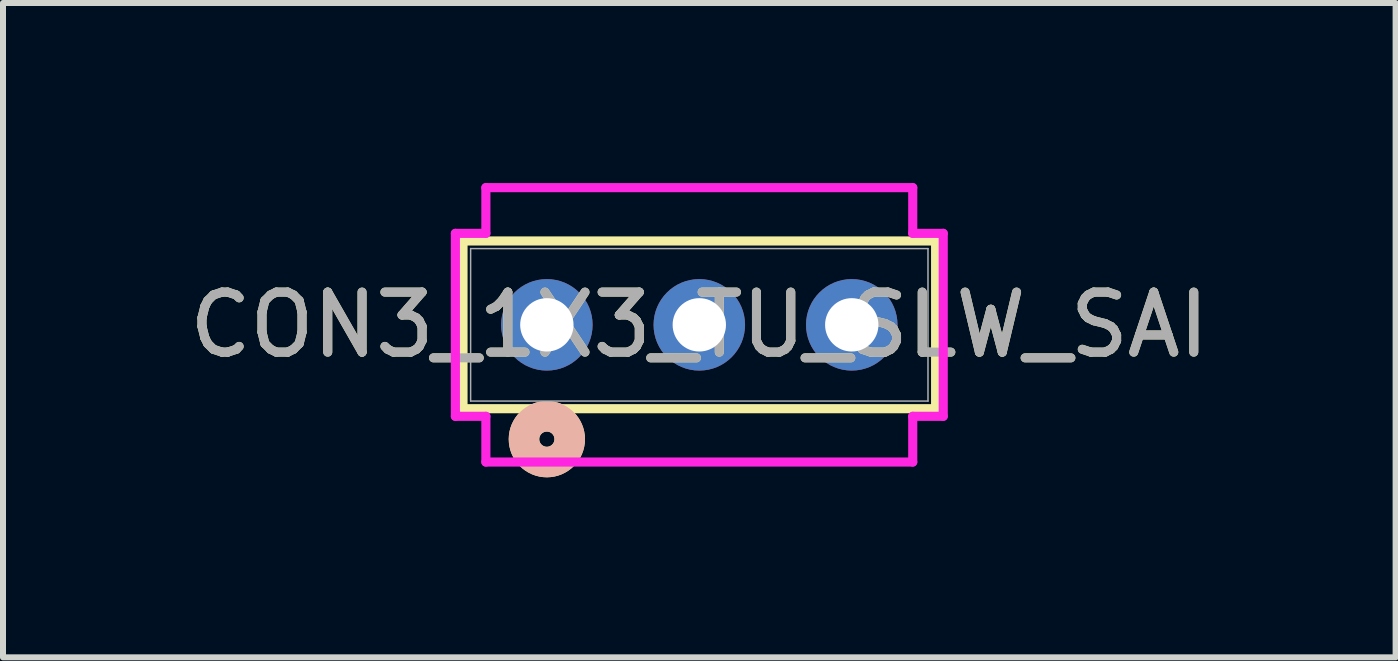
<source format=kicad_pcb>
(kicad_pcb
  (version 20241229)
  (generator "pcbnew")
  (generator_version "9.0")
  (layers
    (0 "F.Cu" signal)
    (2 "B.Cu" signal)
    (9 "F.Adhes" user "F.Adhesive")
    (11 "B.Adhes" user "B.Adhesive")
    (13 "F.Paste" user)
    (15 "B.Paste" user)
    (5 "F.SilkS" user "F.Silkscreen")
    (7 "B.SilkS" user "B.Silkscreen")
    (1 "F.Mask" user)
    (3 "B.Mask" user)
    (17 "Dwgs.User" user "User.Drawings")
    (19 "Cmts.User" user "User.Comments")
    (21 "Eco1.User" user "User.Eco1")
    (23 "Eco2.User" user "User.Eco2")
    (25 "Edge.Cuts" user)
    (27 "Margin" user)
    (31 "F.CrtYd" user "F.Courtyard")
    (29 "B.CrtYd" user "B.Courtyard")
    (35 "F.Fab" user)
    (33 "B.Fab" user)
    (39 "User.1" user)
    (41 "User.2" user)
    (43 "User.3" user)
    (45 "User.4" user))
  (footprint "CON3_1X3_TU_SLW_SAI"
    (layer "F.Cu")
    (at 8.601 2.362)
    (property "Reference" "CON3_1X3_TU_SLW_SAI" (at 0 0 0) (unlocked yes) (layer "F.SilkS") (effects (font (size 1 1) (thickness 0.15))))
    (attr through_hole)
    (fp_line (start -3.937 -1.397) (end -3.937 1.397) (stroke (width 0.152) (type solid)) (layer "F.SilkS"))
    (fp_line (start -3.937 1.397) (end 3.937 1.397) (stroke (width 0.152) (type solid)) (layer "F.SilkS"))
    (fp_line (start 3.937 -1.397) (end -3.937 -1.397) (stroke (width 0.152) (type solid)) (layer "F.SilkS"))
    (fp_line (start 3.937 1.397) (end 3.937 -1.397) (stroke (width 0.152) (type solid)) (layer "F.SilkS"))
    (fp_circle (center -2.54 1.905) (end -2.159 1.905) (stroke (width 0.508) (type solid)) (fill no) (layer "F.SilkS"))
    (fp_circle (center -2.54 1.905) (end -2.159 1.905) (stroke (width 0.508) (type solid)) (fill no) (layer "B.SilkS"))
    (fp_line (start -4.064 -1.524) (end -4.064 1.524) (stroke (width 0.152) (type solid)) (layer "F.CrtYd"))
    (fp_line (start -4.064 1.524) (end -3.556 1.524) (stroke (width 0.152) (type solid)) (layer "F.CrtYd"))
    (fp_line (start -3.556 -2.286) (end -3.556 -1.524) (stroke (width 0.152) (type solid)) (layer "F.CrtYd"))
    (fp_line (start -3.556 -1.524) (end -4.064 -1.524) (stroke (width 0.152) (type solid)) (layer "F.CrtYd"))
    (fp_line (start -3.556 1.524) (end -3.556 2.286) (stroke (width 0.152) (type solid)) (layer "F.CrtYd"))
    (fp_line (start -3.556 2.286) (end 3.556 2.286) (stroke (width 0.152) (type solid)) (layer "F.CrtYd"))
    (fp_line (start 3.556 -2.286) (end -3.556 -2.286) (stroke (width 0.152) (type solid)) (layer "F.CrtYd"))
    (fp_line (start 3.556 -1.524) (end 3.556 -2.286) (stroke (width 0.152) (type solid)) (layer "F.CrtYd"))
    (fp_line (start 3.556 1.524) (end 4.064 1.524) (stroke (width 0.152) (type solid)) (layer "F.CrtYd"))
    (fp_line (start 3.556 2.286) (end 3.556 1.524) (stroke (width 0.152) (type solid)) (layer "F.CrtYd"))
    (fp_line (start 4.064 -1.524) (end 3.556 -1.524) (stroke (width 0.152) (type solid)) (layer "F.CrtYd"))
    (fp_line (start 4.064 1.524) (end 4.064 -1.524) (stroke (width 0.152) (type solid)) (layer "F.CrtYd"))
    (fp_line (start -3.81 -1.27) (end -3.81 1.27) (stroke (width 0.025) (type solid)) (layer "F.Fab"))
    (fp_line (start -3.81 1.27) (end 3.81 1.27) (stroke (width 0.025) (type solid)) (layer "F.Fab"))
    (fp_line (start 3.81 -1.27) (end -3.81 -1.27) (stroke (width 0.025) (type solid)) (layer "F.Fab"))
    (fp_line (start 3.81 1.27) (end 3.81 -1.27) (stroke (width 0.025) (type solid)) (layer "F.Fab"))
    (fp_circle (center -2.54 0) (end -2.286 0) (stroke (width 0.025) (type solid)) (fill no) (layer "F.Fab"))
    (fp_text user "${REFERENCE}" (at 0 0 0) (unlocked yes) (layer "F.Fab") (effects (font (size 1 1) (thickness 0.15))))
    (pad "1" thru_hole circle (at -2.54 0 90) (size 1.524 1.524) (drill 0.889) (layers "*.Cu" "*.Mask"))
    (pad "2" thru_hole circle (at 0 0 90) (size 1.524 1.524) (drill 0.889) (layers "*.Cu" "*.Mask"))
    (pad "3" thru_hole circle (at 2.54 0 90) (size 1.524 1.524) (drill 0.889) (layers "*.Cu" "*.Mask")))
  (gr_rect
    (start -3 -3)
    (end 20.202 7.902)
    (stroke (width 0.1) (type default))
    (fill no)
    (layer "Edge.Cuts")))
</source>
